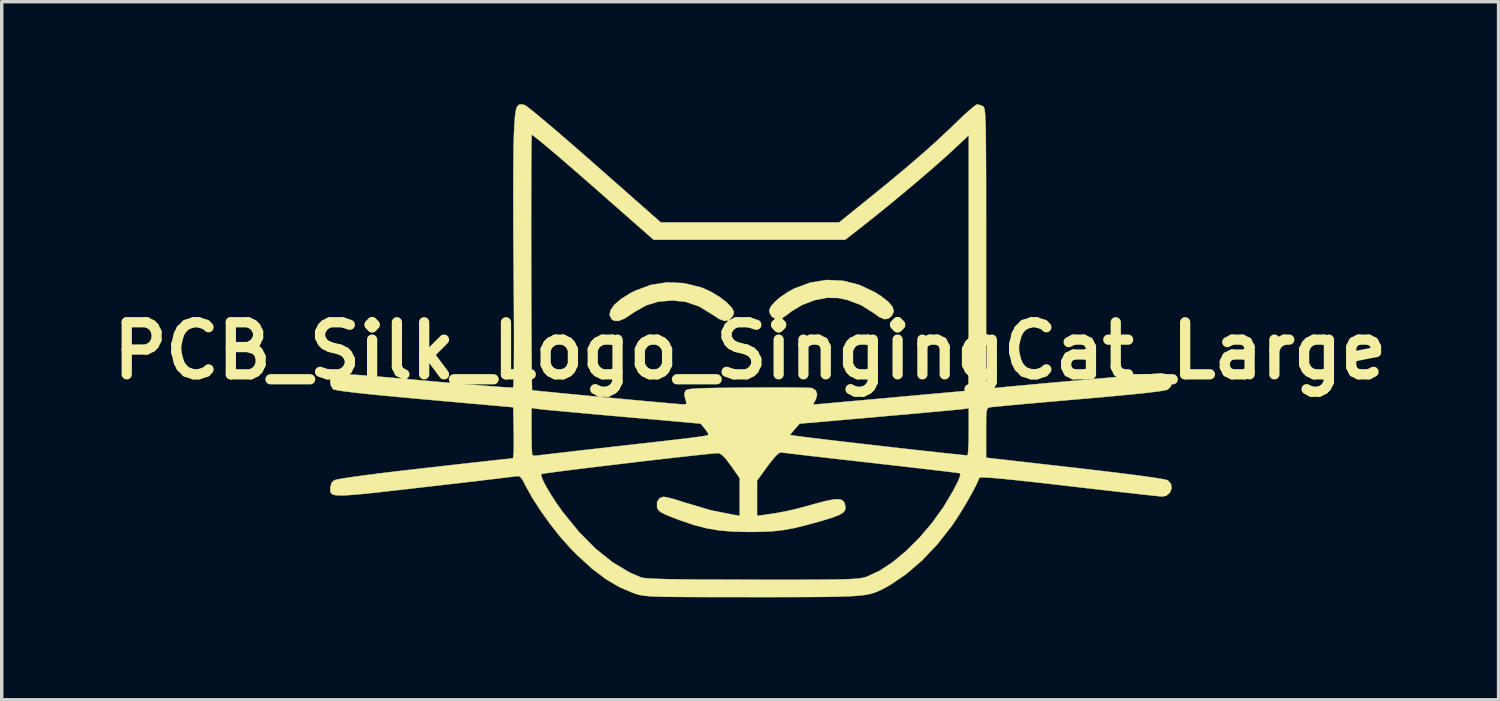
<source format=kicad_pcb>
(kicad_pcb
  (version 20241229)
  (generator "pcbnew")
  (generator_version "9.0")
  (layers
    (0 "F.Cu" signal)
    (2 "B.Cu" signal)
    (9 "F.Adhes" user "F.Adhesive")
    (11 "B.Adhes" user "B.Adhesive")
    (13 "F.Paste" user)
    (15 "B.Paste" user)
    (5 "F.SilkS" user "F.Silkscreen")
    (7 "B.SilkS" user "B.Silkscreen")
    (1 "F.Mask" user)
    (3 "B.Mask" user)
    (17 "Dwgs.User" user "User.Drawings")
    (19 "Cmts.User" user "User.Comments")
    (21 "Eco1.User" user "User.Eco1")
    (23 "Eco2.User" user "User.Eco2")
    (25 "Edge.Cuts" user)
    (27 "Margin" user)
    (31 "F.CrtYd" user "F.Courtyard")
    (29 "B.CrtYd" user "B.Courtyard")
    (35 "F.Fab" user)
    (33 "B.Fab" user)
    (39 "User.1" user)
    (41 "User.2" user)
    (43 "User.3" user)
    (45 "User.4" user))
  (footprint "PCB_Silk_Logo_SingingCat_Large"
    (layer "F.Cu")
    (at 18.912 7.22)
    (property "Reference" "PCB_Silk_Logo_SingingCat_Large" (at 0 0 0) (layer "F.SilkS") (effects (font (size 1.524 1.524) (thickness 0.3))))
    (attr through_hole)
    (fp_poly (pts (xy -1.936 -1.98) (xy -1.439 -1.857) (xy -1.36 -1.828) (xy -1.127 -1.718) (xy -0.893 -1.575) (xy -0.689 -1.418) (xy -0.546 -1.269) (xy -0.529 -1.245) (xy -0.475 -1.146) (xy -0.483 -1.068) (xy -0.529 -0.991) (xy -0.626 -0.893) (xy -0.749 -0.873) (xy -0.908 -0.932) (xy -1.107 -1.063) (xy -1.491 -1.298) (xy -1.892 -1.434) (xy -2.279 -1.473) (xy -2.686 -1.439) (xy -3.046 -1.329) (xy -3.39 -1.134) (xy -3.45 -1.092) (xy -3.679 -0.942) (xy -3.856 -0.873) (xy -3.989 -0.881) (xy -4.054 -0.925) (xy -4.115 -1.047) (xy -4.085 -1.192) (xy -3.97 -1.352) (xy -3.775 -1.519) (xy -3.506 -1.687) (xy -3.378 -1.753) (xy -2.912 -1.928) (xy -2.429 -2.004) (xy -1.936 -1.98)) (stroke (width 0.01) (type solid)) (fill yes) (layer "F.SilkS"))
    (fp_poly (pts (xy 2.718 -2.051) (xy 3.193 -1.931) (xy 3.655 -1.713) (xy 3.827 -1.604) (xy 4.048 -1.432) (xy 4.173 -1.281) (xy 4.205 -1.147) (xy 4.147 -1.024) (xy 4.142 -1.018) (xy 4.039 -0.937) (xy 3.926 -0.926) (xy 3.784 -0.987) (xy 3.605 -1.114) (xy 3.251 -1.336) (xy 2.843 -1.49) (xy 2.577 -1.546) (xy 2.244 -1.551) (xy 1.885 -1.481) (xy 1.531 -1.346) (xy 1.212 -1.156) (xy 1.1 -1.067) (xy 0.922 -0.946) (xy 0.769 -0.922) (xy 0.639 -0.994) (xy 0.639 -0.994) (xy 0.573 -1.106) (xy 0.559 -1.18) (xy 0.602 -1.291) (xy 0.72 -1.429) (xy 0.894 -1.578) (xy 1.107 -1.722) (xy 1.285 -1.819) (xy 1.756 -1.996) (xy 2.236 -2.073) (xy 2.718 -2.051)) (stroke (width 0.01) (type solid)) (fill yes) (layer "F.SilkS"))
    (fp_poly (pts (xy -6.612 -7.198) (xy -6.599 -7.195) (xy -6.538 -7.155) (xy -6.409 -7.055) (xy -6.219 -6.9) (xy -5.977 -6.697) (xy -5.689 -6.453) (xy -5.365 -6.174) (xy -5.01 -5.866) (xy -4.635 -5.537) (xy -4.547 -5.46) (xy -2.617 -3.759) (xy -0.006 -3.759) (xy 2.606 -3.759) (xy 3.449 -4.439) (xy 4.041 -4.92) (xy 4.561 -5.354) (xy 5.022 -5.749) (xy 5.435 -6.117) (xy 5.811 -6.468) (xy 6.018 -6.668) (xy 6.215 -6.857) (xy 6.391 -7.017) (xy 6.531 -7.137) (xy 6.621 -7.204) (xy 6.644 -7.214) (xy 6.743 -7.191) (xy 6.811 -7.161) (xy 6.828 -7.149) (xy 6.844 -7.129) (xy 6.857 -7.095) (xy 6.868 -7.04) (xy 6.878 -6.957) (xy 6.886 -6.84) (xy 6.892 -6.682) (xy 6.898 -6.477) (xy 6.901 -6.217) (xy 6.904 -5.897) (xy 6.906 -5.51) (xy 6.908 -5.049) (xy 6.908 -4.507) (xy 6.909 -3.878) (xy 6.909 -3.156) (xy 6.909 -2.994) (xy 6.909 1.121) (xy 7.15 1.092) (xy 7.272 1.079) (xy 7.476 1.059) (xy 7.751 1.033) (xy 8.083 1.003) (xy 8.461 0.968) (xy 8.871 0.931) (xy 9.302 0.893) (xy 9.741 0.854) (xy 10.176 0.816) (xy 10.594 0.78) (xy 10.982 0.746) (xy 11.329 0.717) (xy 11.622 0.692) (xy 11.849 0.674) (xy 11.996 0.663) (xy 12.049 0.66) (xy 12.198 0.698) (xy 12.3 0.792) (xy 12.344 0.916) (xy 12.319 1.042) (xy 12.23 1.134) (xy 12.152 1.157) (xy 11.981 1.185) (xy 11.716 1.219) (xy 11.355 1.258) (xy 10.898 1.303) (xy 10.342 1.355) (xy 9.687 1.412) (xy 9.627 1.417) (xy 9.131 1.46) (xy 8.663 1.501) (xy 8.234 1.539) (xy 7.854 1.573) (xy 7.532 1.603) (xy 7.281 1.627) (xy 7.108 1.644) (xy 7.026 1.654) (xy 7.023 1.655) (xy 6.978 1.667) (xy 6.947 1.695) (xy 6.927 1.754) (xy 6.915 1.859) (xy 6.91 2.027) (xy 6.909 2.274) (xy 6.909 2.404) (xy 6.909 3.13) (xy 9.512 3.426) (xy 10.135 3.499) (xy 10.685 3.565) (xy 11.16 3.624) (xy 11.554 3.676) (xy 11.862 3.721) (xy 12.081 3.757) (xy 12.206 3.784) (xy 12.23 3.793) (xy 12.322 3.897) (xy 12.339 4.027) (xy 12.292 4.152) (xy 12.189 4.241) (xy 12.074 4.267) (xy 12.003 4.261) (xy 11.842 4.245) (xy 11.599 4.219) (xy 11.285 4.184) (xy 10.91 4.142) (xy 10.483 4.094) (xy 10.015 4.04) (xy 9.516 3.983) (xy 9.347 3.963) (xy 8.733 3.892) (xy 8.213 3.834) (xy 7.782 3.787) (xy 7.434 3.752) (xy 7.161 3.727) (xy 6.959 3.712) (xy 6.82 3.706) (xy 6.739 3.71) (xy 6.71 3.722) (xy 6.71 3.722) (xy 6.646 3.873) (xy 6.538 4.086) (xy 6.399 4.337) (xy 6.243 4.604) (xy 6.082 4.862) (xy 5.93 5.09) (xy 5.904 5.127) (xy 5.486 5.661) (xy 5.035 6.136) (xy 4.565 6.541) (xy 4.09 6.863) (xy 3.912 6.96) (xy 3.812 7.01) (xy 3.717 7.053) (xy 3.62 7.089) (xy 3.512 7.12) (xy 3.384 7.145) (xy 3.229 7.165) (xy 3.038 7.18) (xy 2.803 7.192) (xy 2.515 7.2) (xy 2.167 7.206) (xy 1.749 7.209) (xy 1.254 7.211) (xy 0.674 7.212) (xy 0.051 7.212) (xy -0.59 7.211) (xy -1.138 7.211) (xy -1.6 7.21) (xy -1.986 7.208) (xy -2.304 7.205) (xy -2.561 7.201) (xy -2.766 7.195) (xy -2.928 7.187) (xy -3.054 7.177) (xy -3.153 7.164) (xy -3.234 7.149) (xy -3.304 7.13) (xy -3.372 7.109) (xy -3.404 7.098) (xy -3.815 6.925) (xy -4.221 6.687) (xy -4.634 6.374) (xy -5.066 5.979) (xy -5.271 5.77) (xy -5.56 5.446) (xy -5.854 5.074) (xy -6.133 4.684) (xy -6.379 4.304) (xy -6.569 3.961) (xy -6.578 3.943) (xy -6.661 3.783) (xy -6.723 3.698) (xy -6.784 3.668) (xy -6.854 3.673) (xy -6.929 3.684) (xy -7.095 3.704) (xy -7.341 3.734) (xy -7.658 3.772) (xy -8.036 3.817) (xy -8.464 3.867) (xy -8.932 3.921) (xy -9.431 3.978) (xy -9.558 3.993) (xy -10.153 4.061) (xy -10.654 4.118) (xy -11.071 4.164) (xy -11.41 4.198) (xy -11.68 4.221) (xy -11.888 4.234) (xy -12.044 4.235) (xy -12.153 4.225) (xy -12.225 4.204) (xy -12.267 4.172) (xy -12.287 4.129) (xy -12.293 4.076) (xy -12.294 4.011) (xy -12.294 4.008) (xy -12.25 3.859) (xy -12.179 3.793) (xy -12.099 3.769) (xy -11.922 3.737) (xy -11.651 3.696) (xy -11.29 3.646) (xy -10.998 3.609) (xy -6.114 3.609) (xy -6.113 3.672) (xy -6.062 3.802) (xy -5.968 3.983) (xy -5.84 4.199) (xy -5.688 4.434) (xy -5.52 4.674) (xy -5.487 4.718) (xy -5.012 5.303) (xy -4.524 5.795) (xy -4.026 6.193) (xy -3.523 6.493) (xy -3.202 6.632) (xy -3.141 6.647) (xy -3.038 6.659) (xy -2.886 6.67) (xy -2.678 6.678) (xy -2.408 6.686) (xy -2.07 6.691) (xy -1.656 6.696) (xy -1.16 6.699) (xy -0.575 6.701) (xy 0.065 6.702) (xy 0.705 6.703) (xy 1.252 6.703) (xy 1.714 6.702) (xy 2.098 6.7) (xy 2.414 6.697) (xy 2.67 6.693) (xy 2.872 6.686) (xy 3.031 6.678) (xy 3.154 6.668) (xy 3.249 6.655) (xy 3.324 6.64) (xy 3.388 6.622) (xy 3.422 6.611) (xy 3.791 6.44) (xy 4.177 6.185) (xy 4.57 5.859) (xy 4.956 5.474) (xy 5.323 5.044) (xy 5.657 4.58) (xy 5.946 4.097) (xy 5.965 4.061) (xy 6.079 3.836) (xy 6.141 3.686) (xy 6.154 3.605) (xy 6.138 3.585) (xy 6.075 3.576) (xy 5.922 3.556) (xy 5.687 3.527) (xy 5.381 3.491) (xy 5.014 3.448) (xy 4.595 3.399) (xy 4.134 3.347) (xy 3.641 3.291) (xy 3.531 3.278) (xy 3.031 3.222) (xy 2.561 3.169) (xy 2.13 3.12) (xy 1.748 3.076) (xy 1.425 3.038) (xy 1.171 3.008) (xy 0.996 2.987) (xy 0.91 2.976) (xy 0.904 2.975) (xy 0.833 3.001) (xy 0.725 3.105) (xy 0.575 3.292) (xy 0.51 3.379) (xy 0.203 3.802) (xy 0.203 4.832) (xy 0.445 4.8) (xy 0.767 4.752) (xy 1.072 4.694) (xy 1.397 4.618) (xy 1.774 4.516) (xy 1.871 4.488) (xy 2.186 4.404) (xy 2.42 4.356) (xy 2.583 4.344) (xy 2.69 4.369) (xy 2.752 4.43) (xy 2.769 4.471) (xy 2.793 4.579) (xy 2.78 4.667) (xy 2.719 4.741) (xy 2.598 4.811) (xy 2.405 4.884) (xy 2.128 4.969) (xy 2.018 5.001) (xy 1.612 5.113) (xy 1.272 5.194) (xy 0.968 5.25) (xy 0.67 5.284) (xy 0.35 5.3) (xy -0.023 5.304) (xy -0.076 5.304) (xy -0.527 5.292) (xy -0.917 5.258) (xy -1.282 5.195) (xy -1.653 5.098) (xy -2.063 4.958) (xy -2.273 4.879) (xy -2.483 4.793) (xy -2.616 4.725) (xy -2.69 4.661) (xy -2.724 4.591) (xy -2.725 4.586) (xy -2.726 4.427) (xy -2.649 4.316) (xy -2.547 4.276) (xy -2.454 4.286) (xy -2.292 4.325) (xy -2.088 4.386) (xy -1.942 4.435) (xy -1.15 4.669) (xy -0.495 4.8) (xy -0.305 4.831) (xy -0.305 3.728) (xy -0.562 3.363) (xy -0.712 3.163) (xy -0.826 3.045) (xy -0.913 2.998) (xy -0.931 2.996) (xy -1.021 3.002) (xy -1.196 3.018) (xy -1.444 3.044) (xy -1.755 3.077) (xy -2.115 3.117) (xy -2.514 3.162) (xy -2.939 3.211) (xy -3.38 3.263) (xy -3.825 3.316) (xy -4.261 3.368) (xy -4.678 3.418) (xy -5.064 3.466) (xy -5.406 3.509) (xy -5.694 3.546) (xy -5.916 3.576) (xy -6.06 3.598) (xy -6.114 3.609) (xy -10.998 3.609) (xy -10.843 3.589) (xy -10.313 3.525) (xy -9.705 3.455) (xy -9.525 3.434) (xy -9.028 3.378) (xy -8.561 3.325) (xy -8.135 3.278) (xy -7.759 3.236) (xy -7.443 3.201) (xy -7.196 3.174) (xy -7.028 3.156) (xy -6.95 3.148) (xy -6.946 3.148) (xy -6.933 3.101) (xy -6.923 2.97) (xy -6.918 2.772) (xy -6.918 2.526) (xy -6.92 2.402) (xy -6.921 2.353) (xy -6.401 2.353) (xy -6.399 2.605) (xy -6.394 2.819) (xy -6.386 2.975) (xy -6.377 3.053) (xy -6.374 3.058) (xy -6.309 3.072) (xy -6.235 3.066) (xy -6.162 3.057) (xy -5.999 3.038) (xy -5.756 3.01) (xy -5.445 2.974) (xy -5.076 2.931) (xy -4.661 2.884) (xy -4.208 2.833) (xy -3.861 2.793) (xy -3.277 2.727) (xy -2.786 2.672) (xy -2.38 2.625) (xy -2.051 2.587) (xy -1.79 2.556) (xy -1.591 2.531) (xy -1.444 2.51) (xy -1.342 2.494) (xy -1.276 2.481) (xy -1.239 2.469) (xy -1.231 2.464) (xy 1.164 2.464) (xy 1.281 2.483) (xy 1.395 2.499) (xy 1.591 2.524) (xy 1.857 2.557) (xy 2.181 2.596) (xy 2.551 2.64) (xy 2.956 2.687) (xy 3.384 2.736) (xy 3.823 2.787) (xy 4.262 2.837) (xy 4.689 2.885) (xy 5.092 2.93) (xy 5.46 2.97) (xy 5.78 3.005) (xy 6.042 3.032) (xy 6.233 3.052) (xy 6.342 3.061) (xy 6.363 3.061) (xy 6.377 3.006) (xy 6.388 2.869) (xy 6.397 2.668) (xy 6.401 2.424) (xy 6.401 2.362) (xy 6.401 1.683) (xy 6.236 1.706) (xy 6.152 1.715) (xy 5.978 1.732) (xy 5.725 1.756) (xy 5.403 1.785) (xy 5.025 1.82) (xy 4.6 1.858) (xy 4.14 1.898) (xy 3.759 1.932) (xy 1.448 2.134) (xy 1.306 2.299) (xy 1.164 2.464) (xy -1.231 2.464) (xy -1.223 2.458) (xy -1.219 2.447) (xy -1.219 2.447) (xy -1.249 2.388) (xy -1.32 2.29) (xy -1.334 2.273) (xy -1.448 2.133) (xy -3.734 1.931) (xy -4.212 1.889) (xy -4.665 1.848) (xy -5.081 1.81) (xy -5.45 1.776) (xy -5.759 1.748) (xy -5.997 1.725) (xy -6.154 1.709) (xy -6.21 1.702) (xy -6.401 1.675) (xy -6.401 2.353) (xy -6.921 2.353) (xy -6.934 1.654) (xy -9.531 1.423) (xy -10.187 1.363) (xy -10.744 1.311) (xy -11.206 1.265) (xy -11.577 1.225) (xy -11.861 1.19) (xy -12.059 1.161) (xy -12.176 1.137) (xy -12.211 1.123) (xy -12.273 1.023) (xy -12.294 0.914) (xy -12.293 0.852) (xy -12.287 0.8) (xy -12.267 0.757) (xy -12.226 0.725) (xy -12.155 0.703) (xy -12.046 0.691) (xy -11.891 0.689) (xy -11.684 0.696) (xy -11.414 0.713) (xy -11.076 0.739) (xy -10.66 0.774) (xy -10.159 0.818) (xy -9.564 0.871) (xy -9.559 0.872) (xy -9.057 0.916) (xy -8.587 0.957) (xy -8.156 0.993) (xy -7.775 1.023) (xy -7.454 1.048) (xy -7.202 1.066) (xy -7.029 1.076) (xy -6.945 1.078) (xy -6.939 1.077) (xy -6.931 1.022) (xy -6.924 0.872) (xy -6.918 0.633) (xy -6.915 0.312) (xy -6.913 -0.085) (xy -6.913 -0.551) (xy -6.915 -1.08) (xy -6.918 -1.666) (xy -6.923 -2.18) (xy -6.927 -2.773) (xy -6.931 -3.359) (xy -6.933 -3.868) (xy -6.411 -3.868) (xy -6.411 -3.351) (xy -6.41 -2.821) (xy -6.409 -2.287) (xy -6.408 -1.758) (xy -6.406 -1.244) (xy -6.404 -0.755) (xy -6.402 -0.3) (xy -6.399 0.11) (xy -6.396 0.466) (xy -6.392 0.758) (xy -6.389 0.976) (xy -6.385 1.112) (xy -6.381 1.155) (xy -6.33 1.162) (xy -6.19 1.177) (xy -5.974 1.198) (xy -5.695 1.226) (xy -5.365 1.258) (xy -4.996 1.293) (xy -4.602 1.331) (xy -4.194 1.369) (xy -3.785 1.407) (xy -3.389 1.444) (xy -3.017 1.478) (xy -2.681 1.508) (xy -2.396 1.534) (xy -2.172 1.553) (xy -2.023 1.565) (xy -1.973 1.568) (xy -1.883 1.566) (xy -1.862 1.527) (xy -1.895 1.423) (xy -1.896 1.421) (xy -1.928 1.276) (xy -1.898 1.18) (xy -1.876 1.156) (xy -1.836 1.137) (xy -1.768 1.122) (xy -1.662 1.11) (xy -1.507 1.101) (xy -1.293 1.093) (xy -1.011 1.088) (xy -0.65 1.083) (xy -0.2 1.079) (xy -0.071 1.078) (xy 0.348 1.075) (xy 0.738 1.075) (xy 1.086 1.075) (xy 1.381 1.077) (xy 1.609 1.081) (xy 1.758 1.086) (xy 1.813 1.091) (xy 1.923 1.161) (xy 1.962 1.282) (xy 1.923 1.426) (xy 1.908 1.45) (xy 1.858 1.538) (xy 1.853 1.575) (xy 1.853 1.575) (xy 1.907 1.57) (xy 2.053 1.558) (xy 2.279 1.538) (xy 2.575 1.511) (xy 2.931 1.479) (xy 3.337 1.443) (xy 3.781 1.403) (xy 4.127 1.372) (xy 4.594 1.329) (xy 5.028 1.29) (xy 5.42 1.255) (xy 5.76 1.224) (xy 6.036 1.2) (xy 6.239 1.181) (xy 6.359 1.171) (xy 6.388 1.168) (xy 6.39 1.119) (xy 6.392 0.976) (xy 6.394 0.747) (xy 6.396 0.44) (xy 6.397 0.064) (xy 6.398 -0.375) (xy 6.399 -0.868) (xy 6.4 -1.406) (xy 6.401 -1.983) (xy 6.401 -2.572) (xy 6.401 -6.312) (xy 6.032 -5.963) (xy 5.746 -5.699) (xy 5.395 -5.388) (xy 4.995 -5.044) (xy 4.563 -4.679) (xy 4.116 -4.309) (xy 3.668 -3.946) (xy 3.238 -3.605) (xy 3.157 -3.542) (xy 2.784 -3.251) (xy -2.826 -3.251) (xy -4.593 -4.804) (xy -4.953 -5.119) (xy -5.289 -5.411) (xy -5.595 -5.674) (xy -5.862 -5.901) (xy -6.083 -6.086) (xy -6.251 -6.222) (xy -6.356 -6.303) (xy -6.393 -6.324) (xy -6.397 -6.27) (xy -6.401 -6.125) (xy -6.404 -5.897) (xy -6.406 -5.597) (xy -6.408 -5.234) (xy -6.409 -4.819) (xy -6.41 -4.36) (xy -6.411 -3.868) (xy -6.933 -3.868) (xy -6.933 -3.927) (xy -6.934 -4.463) (xy -6.933 -4.957) (xy -6.931 -5.397) (xy -6.928 -5.77) (xy -6.924 -6.065) (xy -6.918 -6.268) (xy -6.902 -6.611) (xy -6.884 -6.863) (xy -6.859 -7.038) (xy -6.824 -7.147) (xy -6.773 -7.202) (xy -6.704 -7.215) (xy -6.612 -7.198)) (stroke (width 0.01) (type solid)) (fill yes) (layer "F.SilkS")))
  (gr_rect
    (start -3 -3)
    (end 40.824 17.437)
    (stroke (width 0.1) (type default))
    (fill no)
    (layer "Edge.Cuts")))
</source>
